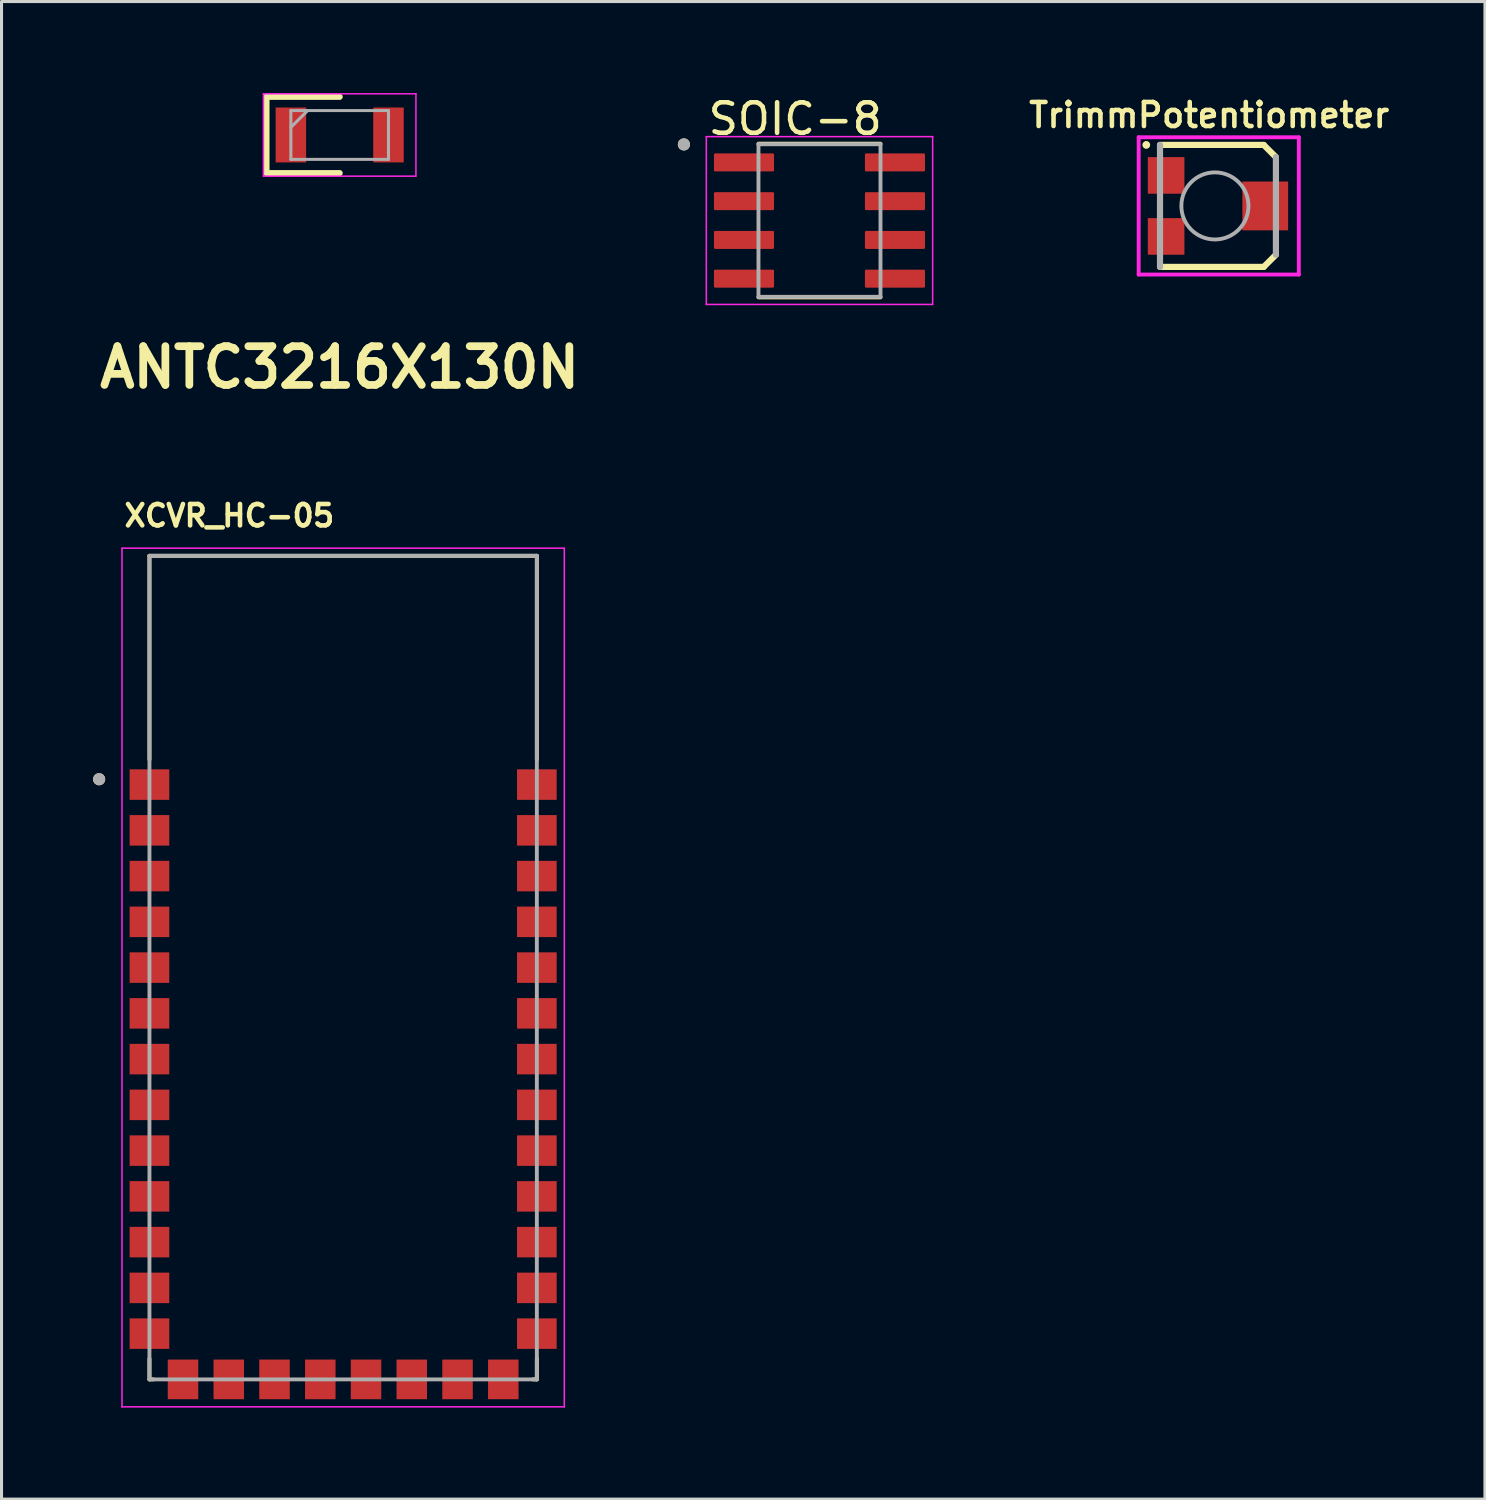
<source format=kicad_pcb>
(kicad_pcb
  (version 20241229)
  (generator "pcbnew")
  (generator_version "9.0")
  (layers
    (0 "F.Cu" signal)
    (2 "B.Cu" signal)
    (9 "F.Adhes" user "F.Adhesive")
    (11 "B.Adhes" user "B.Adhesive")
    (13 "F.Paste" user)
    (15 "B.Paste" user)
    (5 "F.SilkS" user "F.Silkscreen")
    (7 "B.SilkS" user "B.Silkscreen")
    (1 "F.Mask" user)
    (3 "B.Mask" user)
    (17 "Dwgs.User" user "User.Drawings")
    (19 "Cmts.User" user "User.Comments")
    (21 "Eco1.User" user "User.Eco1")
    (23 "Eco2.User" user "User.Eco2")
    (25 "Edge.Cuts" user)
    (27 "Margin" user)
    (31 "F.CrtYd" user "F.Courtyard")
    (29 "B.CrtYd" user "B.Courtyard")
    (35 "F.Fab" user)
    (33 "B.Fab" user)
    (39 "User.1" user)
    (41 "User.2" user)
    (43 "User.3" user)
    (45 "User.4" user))
  (footprint "SOIC-8"
    (layer "F.Cu")
    (at 23.816 4.18)
    (property "Reference" "SOIC-8" (at -0.795 -3.332 0) (layer "F.SilkS") (effects (font (size 1 1) (thickness 0.15))))
    (attr through_hole)
    (fp_line (start -2 -2.52) (end 2 -2.52) (stroke (width 0.127) (type solid)) (layer "F.SilkS"))
    (fp_line (start -2 2.52) (end 2 2.52) (stroke (width 0.127) (type solid)) (layer "F.SilkS"))
    (fp_circle (center -4.445 -2.495) (end -4.345 -2.495) (stroke (width 0.2) (type solid)) (fill no) (layer "F.SilkS"))
    (fp_line (start -3.71 -2.75) (end -3.71 2.75) (stroke (width 0.05) (type solid)) (layer "F.CrtYd"))
    (fp_line (start -3.71 -2.75) (end 3.71 -2.75) (stroke (width 0.05) (type solid)) (layer "F.CrtYd"))
    (fp_line (start -3.71 2.75) (end 3.71 2.75) (stroke (width 0.05) (type solid)) (layer "F.CrtYd"))
    (fp_line (start 3.71 -2.75) (end 3.71 2.75) (stroke (width 0.05) (type solid)) (layer "F.CrtYd"))
    (fp_line (start -2 -2.5) (end -2 2.5) (stroke (width 0.127) (type solid)) (layer "F.Fab"))
    (fp_line (start -2 -2.5) (end 2 -2.5) (stroke (width 0.127) (type solid)) (layer "F.Fab"))
    (fp_line (start -2 2.5) (end 2 2.5) (stroke (width 0.127) (type solid)) (layer "F.Fab"))
    (fp_line (start 2 -2.5) (end 2 2.5) (stroke (width 0.127) (type solid)) (layer "F.Fab"))
    (fp_circle (center -4.445 -2.495) (end -4.345 -2.495) (stroke (width 0.2) (type solid)) (fill no) (layer "F.Fab"))
    (pad "1" smd roundrect (at -2.475 -1.905) (size 1.97 0.59) (layers "F.Cu" "F.Mask" "F.Paste") (roundrect_rratio 0.07))
    (pad "2" smd roundrect (at -2.475 -0.635) (size 1.97 0.59) (layers "F.Cu" "F.Mask" "F.Paste") (roundrect_rratio 0.07))
    (pad "3" smd roundrect (at -2.475 0.635) (size 1.97 0.59) (layers "F.Cu" "F.Mask" "F.Paste") (roundrect_rratio 0.07))
    (pad "4" smd roundrect (at -2.475 1.905) (size 1.97 0.59) (layers "F.Cu" "F.Mask" "F.Paste") (roundrect_rratio 0.07))
    (pad "5" smd roundrect (at 2.475 1.905) (size 1.97 0.59) (layers "F.Cu" "F.Mask" "F.Paste") (roundrect_rratio 0.07))
    (pad "6" smd roundrect (at 2.475 0.635) (size 1.97 0.59) (layers "F.Cu" "F.Mask" "F.Paste") (roundrect_rratio 0.07))
    (pad "7" smd roundrect (at 2.475 -0.635) (size 1.97 0.59) (layers "F.Cu" "F.Mask" "F.Paste") (roundrect_rratio 0.07))
    (pad "8" smd roundrect (at 2.475 -1.905) (size 1.97 0.59) (layers "F.Cu" "F.Mask" "F.Paste") (roundrect_rratio 0.07)))
  (footprint "XCVR_HC-05"
    (layer "F.Cu")
    (at 8.2 28.997)
    (property "Reference" "XCVR_HC-05" (at -3.732 -15.14 0) (layer "F.SilkS") (effects (font (size 0.701 0.701) (thickness 0.15))))
    (attr through_hole)
    (fp_line (start -6.35 -13.825) (end 6.35 -13.825) (stroke (width 0.127) (type solid)) (layer "F.SilkS"))
    (fp_line (start -6.35 -7.145) (end -6.35 -13.825) (stroke (width 0.127) (type solid)) (layer "F.SilkS"))
    (fp_line (start -6.35 12.495) (end -6.35 13.175) (stroke (width 0.127) (type solid)) (layer "F.SilkS"))
    (fp_line (start -6.35 13.175) (end -6.22 13.175) (stroke (width 0.127) (type solid)) (layer "F.SilkS"))
    (fp_line (start 6.22 13.175) (end 6.35 13.175) (stroke (width 0.127) (type solid)) (layer "F.SilkS"))
    (fp_line (start 6.35 -13.825) (end 6.35 -7.145) (stroke (width 0.127) (type solid)) (layer "F.SilkS"))
    (fp_line (start 6.35 13.175) (end 6.35 12.495) (stroke (width 0.127) (type solid)) (layer "F.SilkS"))
    (fp_circle (center -8 -6.5) (end -7.9 -6.5) (stroke (width 0.2) (type solid)) (fill no) (layer "F.SilkS"))
    (fp_line (start -7.25 -14.075) (end 7.25 -14.075) (stroke (width 0.05) (type solid)) (layer "F.CrtYd"))
    (fp_line (start -7.25 14.075) (end -7.25 -14.075) (stroke (width 0.05) (type solid)) (layer "F.CrtYd"))
    (fp_line (start 7.25 -14.075) (end 7.25 14.075) (stroke (width 0.05) (type solid)) (layer "F.CrtYd"))
    (fp_line (start 7.25 14.075) (end -7.25 14.075) (stroke (width 0.05) (type solid)) (layer "F.CrtYd"))
    (fp_line (start -6.35 -13.825) (end 6.35 -13.825) (stroke (width 0.127) (type solid)) (layer "F.Fab"))
    (fp_line (start -6.35 13.175) (end -6.35 -13.825) (stroke (width 0.127) (type solid)) (layer "F.Fab"))
    (fp_line (start 6.35 -13.825) (end 6.35 13.175) (stroke (width 0.127) (type solid)) (layer "F.Fab"))
    (fp_line (start 6.35 13.175) (end -6.35 13.175) (stroke (width 0.127) (type solid)) (layer "F.Fab"))
    (fp_circle (center -8 -6.5) (end -7.9 -6.5) (stroke (width 0.2) (type solid)) (fill no) (layer "F.Fab"))
    (pad "1" smd rect (at -6.35 -6.325) (size 1.3 1) (layers "F.Cu" "F.Mask" "F.Paste"))
    (pad "2" smd rect (at -6.35 -4.825) (size 1.3 1) (layers "F.Cu" "F.Mask" "F.Paste"))
    (pad "3" smd rect (at -6.35 -3.325) (size 1.3 1) (layers "F.Cu" "F.Mask" "F.Paste"))
    (pad "4" smd rect (at -6.35 -1.825) (size 1.3 1) (layers "F.Cu" "F.Mask" "F.Paste"))
    (pad "5" smd rect (at -6.35 -0.325) (size 1.3 1) (layers "F.Cu" "F.Mask" "F.Paste"))
    (pad "6" smd rect (at -6.35 1.175) (size 1.3 1) (layers "F.Cu" "F.Mask" "F.Paste"))
    (pad "7" smd rect (at -6.35 2.675) (size 1.3 1) (layers "F.Cu" "F.Mask" "F.Paste"))
    (pad "8" smd rect (at -6.35 4.175) (size 1.3 1) (layers "F.Cu" "F.Mask" "F.Paste"))
    (pad "9" smd rect (at -6.35 5.675) (size 1.3 1) (layers "F.Cu" "F.Mask" "F.Paste"))
    (pad "10" smd rect (at -6.35 7.175) (size 1.3 1) (layers "F.Cu" "F.Mask" "F.Paste"))
    (pad "11" smd rect (at -6.35 8.675) (size 1.3 1) (layers "F.Cu" "F.Mask" "F.Paste"))
    (pad "12" smd rect (at -6.35 10.175) (size 1.3 1) (layers "F.Cu" "F.Mask" "F.Paste"))
    (pad "13" smd rect (at -6.35 11.675) (size 1.3 1) (layers "F.Cu" "F.Mask" "F.Paste"))
    (pad "14" smd rect (at -5.25 13.175 90) (size 1.3 1) (layers "F.Cu" "F.Mask" "F.Paste"))
    (pad "15" smd rect (at -3.75 13.175 90) (size 1.3 1) (layers "F.Cu" "F.Mask" "F.Paste"))
    (pad "16" smd rect (at -2.25 13.175 90) (size 1.3 1) (layers "F.Cu" "F.Mask" "F.Paste"))
    (pad "17" smd rect (at -0.75 13.175 90) (size 1.3 1) (layers "F.Cu" "F.Mask" "F.Paste"))
    (pad "18" smd rect (at 0.75 13.175 90) (size 1.3 1) (layers "F.Cu" "F.Mask" "F.Paste"))
    (pad "19" smd rect (at 2.25 13.175 90) (size 1.3 1) (layers "F.Cu" "F.Mask" "F.Paste"))
    (pad "20" smd rect (at 3.75 13.175 90) (size 1.3 1) (layers "F.Cu" "F.Mask" "F.Paste"))
    (pad "21" smd rect (at 5.25 13.175 90) (size 1.3 1) (layers "F.Cu" "F.Mask" "F.Paste"))
    (pad "22" smd rect (at 6.35 11.675 180) (size 1.3 1) (layers "F.Cu" "F.Mask" "F.Paste"))
    (pad "23" smd rect (at 6.35 10.175 180) (size 1.3 1) (layers "F.Cu" "F.Mask" "F.Paste"))
    (pad "24" smd rect (at 6.35 8.675 180) (size 1.3 1) (layers "F.Cu" "F.Mask" "F.Paste"))
    (pad "25" smd rect (at 6.35 7.175 180) (size 1.3 1) (layers "F.Cu" "F.Mask" "F.Paste"))
    (pad "26" smd rect (at 6.35 5.675 180) (size 1.3 1) (layers "F.Cu" "F.Mask" "F.Paste"))
    (pad "27" smd rect (at 6.35 4.175 180) (size 1.3 1) (layers "F.Cu" "F.Mask" "F.Paste"))
    (pad "28" smd rect (at 6.35 2.675 180) (size 1.3 1) (layers "F.Cu" "F.Mask" "F.Paste"))
    (pad "29" smd rect (at 6.35 1.175 180) (size 1.3 1) (layers "F.Cu" "F.Mask" "F.Paste"))
    (pad "30" smd rect (at 6.35 -0.325 180) (size 1.3 1) (layers "F.Cu" "F.Mask" "F.Paste"))
    (pad "31" smd rect (at 6.35 -1.825 180) (size 1.3 1) (layers "F.Cu" "F.Mask" "F.Paste"))
    (pad "32" smd rect (at 6.35 -3.325 180) (size 1.3 1) (layers "F.Cu" "F.Mask" "F.Paste"))
    (pad "33" smd rect (at 6.35 -4.825 180) (size 1.3 1) (layers "F.Cu" "F.Mask" "F.Paste"))
    (pad "34" smd rect (at 6.35 -6.325 180) (size 1.3 1) (layers "F.Cu" "F.Mask" "F.Paste"))
    (zone (net_name "") (layer "F.Cu") (hatch full 0.508) (connect_pads) (min_thickness 0.01) (filled_areas_thickness no) (keepout (tracks not_allowed) (vias not_allowed) (pads not_allowed) (copperpour not_allowed) (footprints allowed)) (placement (enabled no)) (fill) (polygon (pts (xy 1.85 15.147) (xy 14.55 15.147) (xy 14.55 22.047) (xy 1.85 22.047))))
    (zone (net_name "") (layers "F.Cu" "B.Cu") (hatch full 0.508) (connect_pads) (min_thickness 0.01) (filled_areas_thickness no) (keepout (tracks allowed) (vias not_allowed) (pads allowed) (copperpour allowed) (footprints allowed)) (placement (enabled no)) (fill) (polygon (pts (xy 1.85 15.147) (xy 14.55 15.147) (xy 14.55 22.047) (xy 1.85 22.047))))
    (zone (net_name "") (layer "B.Cu") (hatch full 0.508) (connect_pads) (min_thickness 0.01) (filled_areas_thickness no) (keepout (tracks not_allowed) (vias not_allowed) (pads not_allowed) (copperpour not_allowed) (footprints allowed)) (placement (enabled no)) (fill) (polygon (pts (xy 1.85 15.147) (xy 14.55 15.147) (xy 14.55 22.047) (xy 1.85 22.047)))))
  (footprint "ANTC3216X130N"
    (layer "F.Cu")
    (at 8.086 1.375)
    (property "Reference" "ANTC3216X130N" (at 0 7.62 0) (layer "F.SilkS") (effects (font (size 1.27 1.27) (thickness 0.254))))
    (attr smd)
    (fp_line (start -2.4 -1.25) (end -2.4 1.25) (stroke (width 0.2) (type solid)) (layer "F.SilkS"))
    (fp_line (start -2.4 1.25) (end 0 1.25) (stroke (width 0.2) (type solid)) (layer "F.SilkS"))
    (fp_line (start 0 -1.25) (end -2.4 -1.25) (stroke (width 0.2) (type solid)) (layer "F.SilkS"))
    (fp_line (start -2.5 -1.35) (end 2.5 -1.35) (stroke (width 0.05) (type solid)) (layer "F.CrtYd"))
    (fp_line (start -2.5 1.35) (end -2.5 -1.35) (stroke (width 0.05) (type solid)) (layer "F.CrtYd"))
    (fp_line (start 2.5 -1.35) (end 2.5 1.35) (stroke (width 0.05) (type solid)) (layer "F.CrtYd"))
    (fp_line (start 2.5 1.35) (end -2.5 1.35) (stroke (width 0.05) (type solid)) (layer "F.CrtYd"))
    (fp_line (start -1.6 -0.8) (end 1.6 -0.8) (stroke (width 0.1) (type solid)) (layer "F.Fab"))
    (fp_line (start -1.6 -0.25) (end -1.05 -0.8) (stroke (width 0.1) (type solid)) (layer "F.Fab"))
    (fp_line (start -1.6 0.8) (end -1.6 -0.8) (stroke (width 0.1) (type solid)) (layer "F.Fab"))
    (fp_line (start 1.6 -0.8) (end 1.6 0.8) (stroke (width 0.1) (type solid)) (layer "F.Fab"))
    (fp_line (start 1.6 0.8) (end -1.6 0.8) (stroke (width 0.1) (type solid)) (layer "F.Fab"))
    (pad "1" smd rect (at -1.6 0) (size 1 1.8) (layers "F.Cu" "F.Mask" "F.Paste"))
    (pad "2" smd rect (at 1.6 0) (size 1 1.8) (layers "F.Cu" "F.Mask" "F.Paste")))
  (footprint "TrimmPotentiometer"
    (layer "F.Cu")
    (at 36.78 3.701)
    (property "Reference" "TrimmPotentiometer" (at -0.188 -2.977 0) (layer "F.SilkS") (effects (font (size 0.788 0.788) (thickness 0.15))))
    (attr through_hole)
    (fp_line (start -1.8 -2) (end 1.6 -2) (stroke (width 0.203) (type solid)) (layer "F.SilkS"))
    (fp_line (start -1.8 2) (end 1.6 2) (stroke (width 0.203) (type solid)) (layer "F.SilkS"))
    (fp_line (start 1.6 -2) (end 2 -1.6) (stroke (width 0.203) (type solid)) (layer "F.SilkS"))
    (fp_line (start 1.6 2) (end 2 1.6) (stroke (width 0.203) (type solid)) (layer "F.SilkS"))
    (fp_circle (center -2.25 -2) (end -2.123 -2) (stroke (width 0) (type solid)) (fill yes) (layer "F.SilkS"))
    (fp_line (start -2.5 -2.25) (end 2.75 -2.25) (stroke (width 0.127) (type solid)) (layer "F.CrtYd"))
    (fp_line (start -2.5 2.25) (end -2.5 -2.25) (stroke (width 0.127) (type solid)) (layer "F.CrtYd"))
    (fp_line (start 2.75 -2.25) (end 2.75 2.25) (stroke (width 0.127) (type solid)) (layer "F.CrtYd"))
    (fp_line (start 2.75 2.25) (end -2.5 2.25) (stroke (width 0.127) (type solid)) (layer "F.CrtYd"))
    (fp_line (start -1.8 -2) (end -1.8 2) (stroke (width 0.203) (type solid)) (layer "F.Fab"))
    (fp_line (start 2 -1.6) (end 2 1.6) (stroke (width 0.203) (type solid)) (layer "F.Fab"))
    (fp_circle (center 0 0) (end 1.1 0) (stroke (width 0.127) (type solid)) (fill no) (layer "F.Fab"))
    (pad "1" smd rect (at -1.6 -1) (size 1.2 1.2) (layers "F.Cu" "F.Mask" "F.Paste"))
    (pad "2" smd rect (at 1.65 0) (size 1.5 1.6) (layers "F.Cu" "F.Mask" "F.Paste"))
    (pad "3" smd rect (at -1.6 1) (size 1.2 1.2) (layers "F.Cu" "F.Mask" "F.Paste")))
  (gr_rect
    (start -3 -3)
    (end 45.633 46.097)
    (stroke (width 0.1) (type default))
    (fill no)
    (layer "Edge.Cuts")))
</source>
